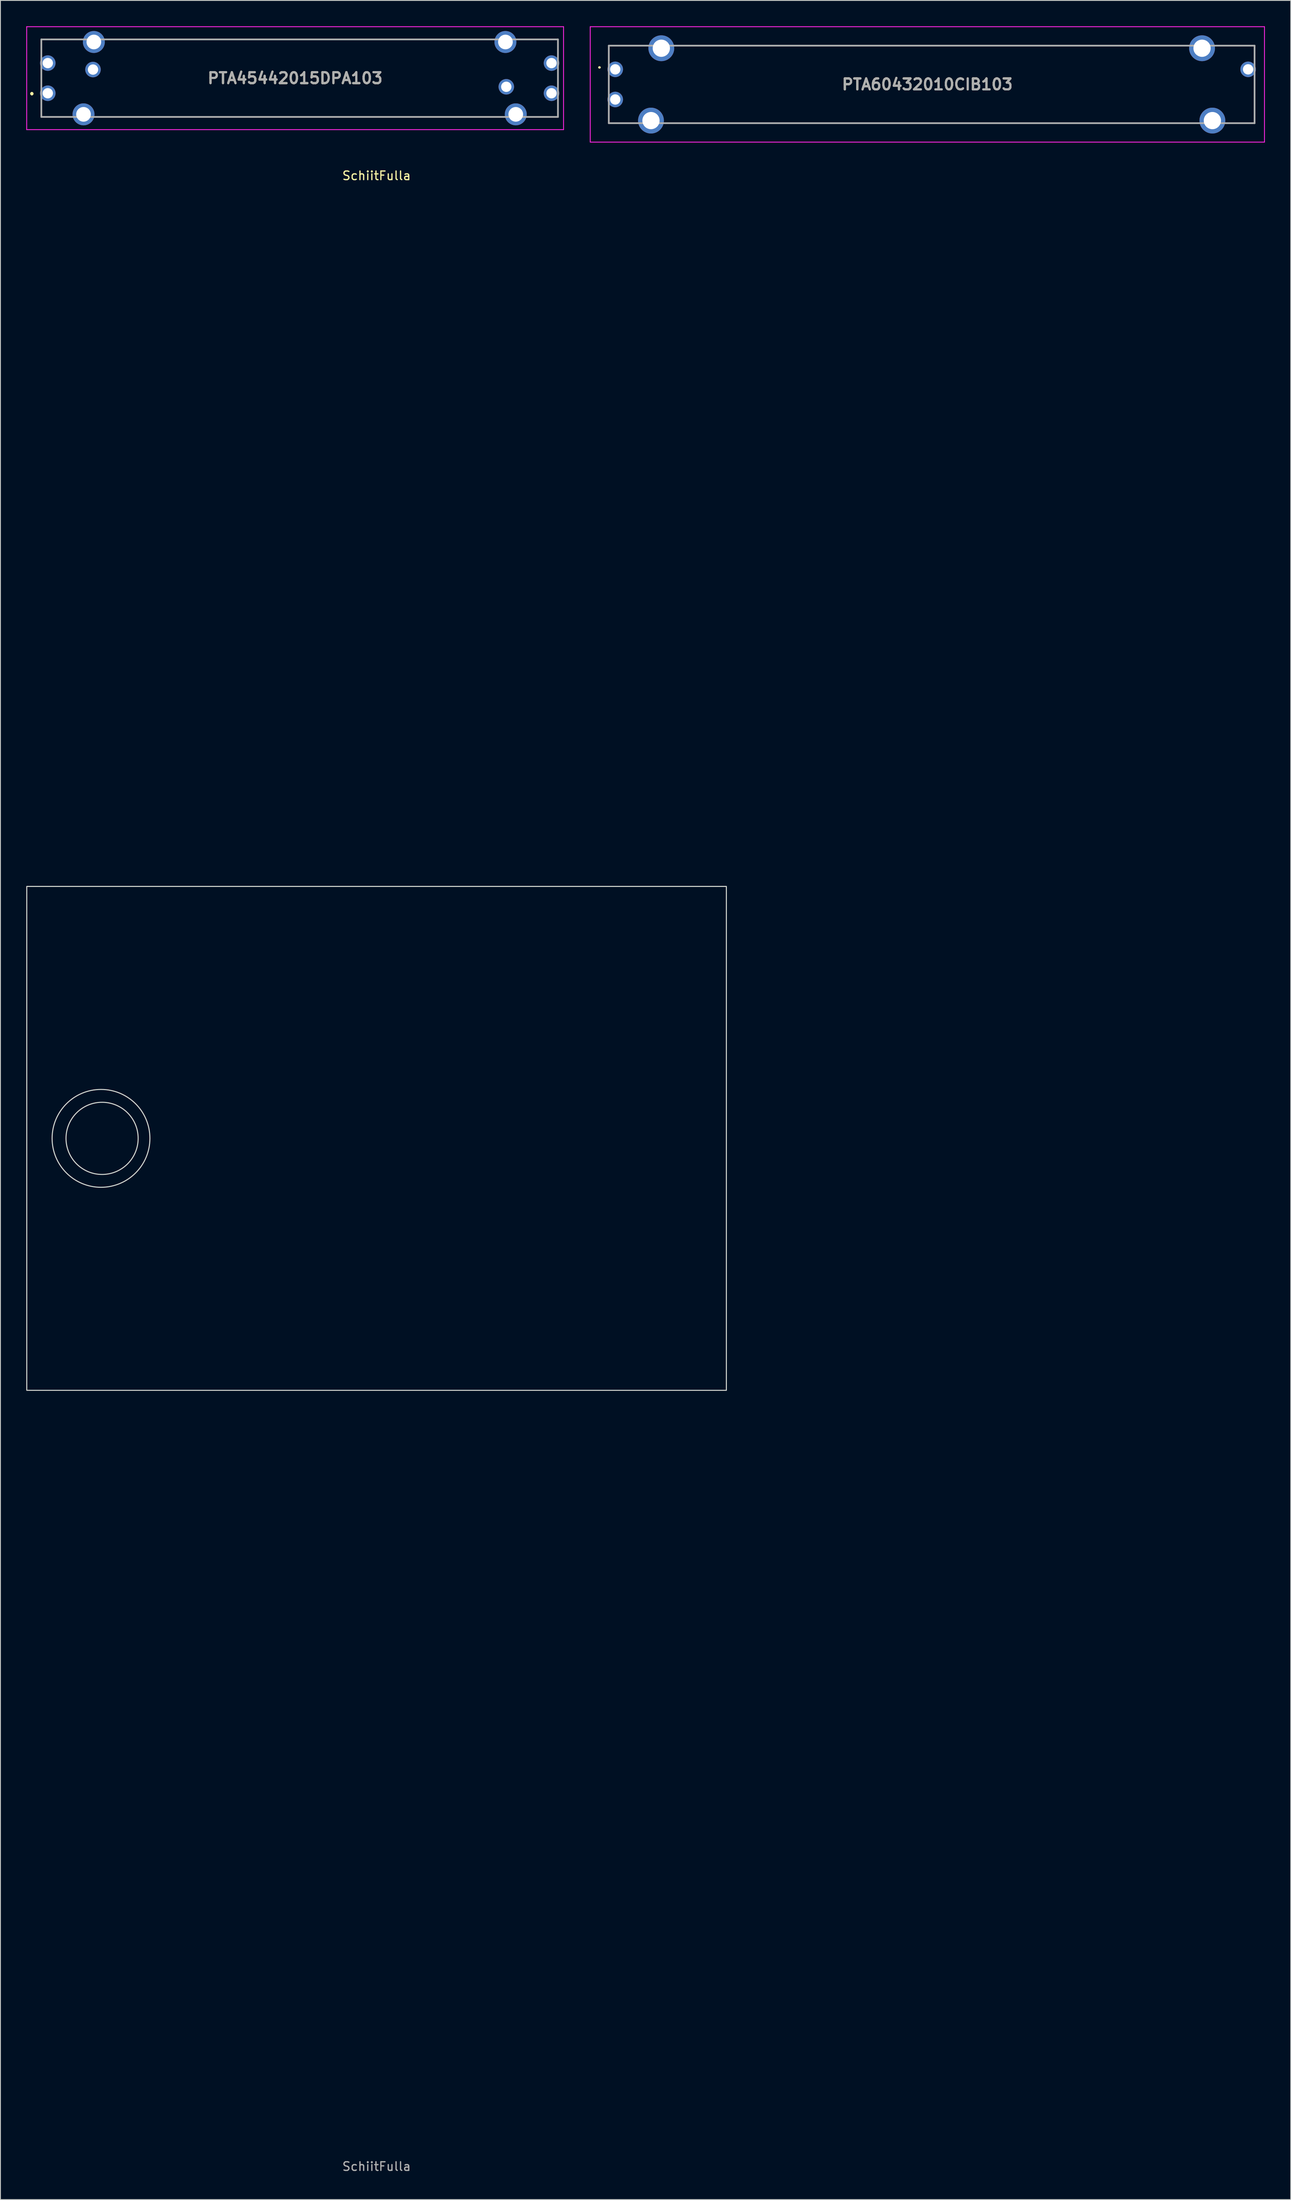
<source format=kicad_pcb>
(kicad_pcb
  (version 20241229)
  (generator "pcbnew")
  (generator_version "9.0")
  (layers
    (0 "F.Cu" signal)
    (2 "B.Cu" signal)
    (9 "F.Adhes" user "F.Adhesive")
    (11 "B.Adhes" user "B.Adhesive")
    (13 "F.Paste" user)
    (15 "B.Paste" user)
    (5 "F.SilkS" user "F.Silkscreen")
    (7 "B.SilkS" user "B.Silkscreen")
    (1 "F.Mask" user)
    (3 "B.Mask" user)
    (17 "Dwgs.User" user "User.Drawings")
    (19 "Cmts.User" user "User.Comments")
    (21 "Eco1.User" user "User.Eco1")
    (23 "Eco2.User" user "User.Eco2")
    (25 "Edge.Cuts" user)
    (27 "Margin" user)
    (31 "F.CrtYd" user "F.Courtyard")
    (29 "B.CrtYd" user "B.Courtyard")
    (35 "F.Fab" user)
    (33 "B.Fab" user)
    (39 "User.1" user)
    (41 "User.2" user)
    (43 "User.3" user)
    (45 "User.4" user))
  (footprint "PTA45442015DPA103"
    (layer "F.Cu")
    (at 2.5 7.775)
    (property "Reference" "PTA45442015DPA103" (at 28.725 -1.75 0) (layer "F.SilkS") (effects (font (size 1.27 1.27) (thickness 0.254))))
    (attr through_hole)
    (fp_line (start -1.85 -0.05) (end -1.85 -0.05) (stroke (width 0.2) (type solid)) (layer "F.SilkS"))
    (fp_line (start -1.85 0.15) (end -1.85 0.15) (stroke (width 0.2) (type solid)) (layer "F.SilkS"))
    (fp_line (start -0.75 -6.25) (end -0.75 -4.75) (stroke (width 0.1) (type solid)) (layer "F.SilkS"))
    (fp_line (start -0.75 -2.25) (end -0.75 -1.25) (stroke (width 0.1) (type solid)) (layer "F.SilkS"))
    (fp_line (start -0.75 1.25) (end -0.75 2.75) (stroke (width 0.1) (type solid)) (layer "F.SilkS"))
    (fp_line (start -0.75 2.75) (end 2.25 2.75) (stroke (width 0.1) (type solid)) (layer "F.SilkS"))
    (fp_line (start 3.25 -6.25) (end -0.75 -6.25) (stroke (width 0.1) (type solid)) (layer "F.SilkS"))
    (fp_line (start 6.25 2.75) (end 52.25 2.75) (stroke (width 0.1) (type solid)) (layer "F.SilkS"))
    (fp_line (start 7.25 -6.25) (end 51.25 -6.25) (stroke (width 0.1) (type solid)) (layer "F.SilkS"))
    (fp_line (start 55.25 -6.25) (end 59.25 -6.25) (stroke (width 0.1) (type solid)) (layer "F.SilkS"))
    (fp_line (start 59.25 -6.25) (end 59.25 -4.75) (stroke (width 0.1) (type solid)) (layer "F.SilkS"))
    (fp_line (start 59.25 -2.25) (end 59.25 -1.25) (stroke (width 0.1) (type solid)) (layer "F.SilkS"))
    (fp_line (start 59.25 1.25) (end 59.25 2.75) (stroke (width 0.1) (type solid)) (layer "F.SilkS"))
    (fp_line (start 59.25 2.75) (end 56.25 2.75) (stroke (width 0.1) (type solid)) (layer "F.SilkS"))
    (fp_arc (start -1.85 -0.05) (mid -1.75 0.05) (end -1.85 0.15) (stroke (width 0.2) (type solid)) (layer "F.SilkS"))
    (fp_arc (start -1.85 0.15) (mid -1.95 0.05) (end -1.85 -0.05) (stroke (width 0.2) (type solid)) (layer "F.SilkS"))
    (fp_line (start -2.45 -7.725) (end 59.9 -7.725) (stroke (width 0.1) (type solid)) (layer "F.CrtYd"))
    (fp_line (start -2.45 4.225) (end -2.45 -7.725) (stroke (width 0.1) (type solid)) (layer "F.CrtYd"))
    (fp_line (start 59.9 -7.725) (end 59.9 4.225) (stroke (width 0.1) (type solid)) (layer "F.CrtYd"))
    (fp_line (start 59.9 4.225) (end -2.45 4.225) (stroke (width 0.1) (type solid)) (layer "F.CrtYd"))
    (fp_line (start -0.75 -6.25) (end 59.25 -6.25) (stroke (width 0.2) (type solid)) (layer "F.Fab"))
    (fp_line (start -0.75 2.75) (end -0.75 -6.25) (stroke (width 0.2) (type solid)) (layer "F.Fab"))
    (fp_line (start 59.25 -6.25) (end 59.25 2.75) (stroke (width 0.2) (type solid)) (layer "F.Fab"))
    (fp_line (start 59.25 2.75) (end -0.75 2.75) (stroke (width 0.2) (type solid)) (layer "F.Fab"))
    (fp_text user "${REFERENCE}" (at 28.725 -1.75 0) (layer "F.Fab") (effects (font (size 1.27 1.27) (thickness 0.254))))
    (pad "A1" thru_hole circle (at 0 0) (size 1.8 1.8) (drill 1.2) (layers "*.Cu" "*.Mask"))
    (pad "A2" thru_hole circle (at 53.25 -0.75) (size 1.8 1.8) (drill 1.2) (layers "*.Cu" "*.Mask"))
    (pad "A3" thru_hole circle (at 58.5 0) (size 1.8 1.8) (drill 1.2) (layers "*.Cu" "*.Mask"))
    (pad "B1" thru_hole circle (at 0 -3.5) (size 1.8 1.8) (drill 1.2) (layers "*.Cu" "*.Mask"))
    (pad "B2" thru_hole circle (at 5.25 -2.75) (size 1.8 1.8) (drill 1.2) (layers "*.Cu" "*.Mask"))
    (pad "B3" thru_hole circle (at 58.5 -3.5) (size 1.8 1.8) (drill 1.2) (layers "*.Cu" "*.Mask"))
    (pad "MH1" thru_hole circle (at 5.35 -5.95) (size 2.55 2.55) (drill 1.7) (layers "*.Cu" "*.Mask"))
    (pad "MH2" thru_hole circle (at 4.15 2.45) (size 2.55 2.55) (drill 1.7) (layers "*.Cu" "*.Mask"))
    (pad "MH3" thru_hole circle (at 53.15 -5.95) (size 2.55 2.55) (drill 1.7) (layers "*.Cu" "*.Mask"))
    (pad "MH4" thru_hole circle (at 54.35 2.45) (size 2.55 2.55) (drill 1.7) (layers "*.Cu" "*.Mask")))
  (footprint "SchiitFulla"
    (layer "F.Cu")
    (at 40.685 129.108)
    (property "Reference" "SchiitFulla" (at 0 -111.76 0) (unlocked yes) (layer "F.SilkS") (effects (font (size 1 1) (thickness 0.15))))
    (attr smd)
    (fp_rect (start -40.625 -29.25) (end 40.625 29.25) (stroke (width 0.12) (type solid)) (fill no) (layer "Edge.Cuts"))
    (fp_circle (center -32.004 0) (end -33.02 -5.588) (stroke (width 0.12) (type solid)) (fill no) (layer "Edge.Cuts"))
    (fp_circle (center -31.879 0) (end -32.895 -4.064) (stroke (width 0.12) (type solid)) (fill no) (layer "Edge.Cuts"))
    (fp_text user "${REFERENCE}" (at 0 119.356 0) (unlocked yes) (layer "F.Fab") (effects (font (size 1 1) (thickness 0.15)))))
  (footprint "PTA60432010CIB103"
    (layer "F.Cu")
    (at 68.405 5)
    (property "Reference" "PTA60432010CIB103" (at 36.248 1.75 0) (layer "F.SilkS") (effects (font (size 1.27 1.27) (thickness 0.254))))
    (attr through_hole)
    (fp_line (start -1.905 -0.223) (end -1.905 -0.223) (stroke (width 0.146) (type solid)) (layer "F.SilkS"))
    (fp_line (start -1.759 -0.223) (end -1.759 -0.223) (stroke (width 0.146) (type solid)) (layer "F.SilkS"))
    (fp_line (start -0.75 -2.75) (end -0.75 -1.057) (stroke (width 0.1) (type solid)) (layer "F.SilkS"))
    (fp_line (start -0.75 -2.75) (end 3.283 -2.75) (stroke (width 0.1) (type solid)) (layer "F.SilkS"))
    (fp_line (start -0.75 6.25) (end -0.75 4.675) (stroke (width 0.1) (type solid)) (layer "F.SilkS"))
    (fp_line (start -0.75 6.25) (end 2.049 6.25) (stroke (width 0.1) (type solid)) (layer "F.SilkS"))
    (fp_line (start 6.25 6.25) (end 67.25 6.25) (stroke (width 0.1) (type solid)) (layer "F.SilkS"))
    (fp_line (start 7.4 -2.75) (end 66.1 -2.75) (stroke (width 0.1) (type solid)) (layer "F.SilkS"))
    (fp_line (start 74.25 -2.75) (end 70.217 -2.75) (stroke (width 0.1) (type solid)) (layer "F.SilkS"))
    (fp_line (start 74.25 -2.75) (end 74.25 -1.057) (stroke (width 0.1) (type solid)) (layer "F.SilkS"))
    (fp_line (start 74.25 6.25) (end 71.451 6.25) (stroke (width 0.1) (type solid)) (layer "F.SilkS"))
    (fp_line (start 74.25 6.25) (end 74.25 1.75) (stroke (width 0.1) (type solid)) (layer "F.SilkS"))
    (fp_arc (start -1.905 -0.223) (mid -1.832 -0.296) (end -1.759 -0.223) (stroke (width 0.146) (type solid)) (layer "F.SilkS"))
    (fp_arc (start -1.759 -0.223) (mid -1.832 -0.15) (end -1.905 -0.223) (stroke (width 0.146) (type solid)) (layer "F.SilkS"))
    (fp_line (start -2.905 -4.95) (end 75.4 -4.95) (stroke (width 0.1) (type solid)) (layer "F.CrtYd"))
    (fp_line (start -2.905 8.45) (end -2.905 -4.95) (stroke (width 0.1) (type solid)) (layer "F.CrtYd"))
    (fp_line (start 75.4 -4.95) (end 75.4 8.45) (stroke (width 0.1) (type solid)) (layer "F.CrtYd"))
    (fp_line (start 75.4 8.45) (end -2.905 8.45) (stroke (width 0.1) (type solid)) (layer "F.CrtYd"))
    (fp_line (start -0.75 -2.75) (end 74.25 -2.75) (stroke (width 0.2) (type solid)) (layer "F.Fab"))
    (fp_line (start -0.75 6.25) (end -0.75 -2.75) (stroke (width 0.2) (type solid)) (layer "F.Fab"))
    (fp_line (start 74.25 -2.75) (end 74.25 6.25) (stroke (width 0.2) (type solid)) (layer "F.Fab"))
    (fp_line (start 74.25 6.25) (end -0.75 6.25) (stroke (width 0.2) (type solid)) (layer "F.Fab"))
    (fp_text user "${REFERENCE}" (at 36.248 1.75 0) (layer "F.Fab") (effects (font (size 1.27 1.27) (thickness 0.254))))
    (pad "1" thru_hole circle (at 0 0) (size 1.8 1.8) (drill 1.2) (layers "*.Cu" "*.Mask"))
    (pad "2" thru_hole circle (at 0 3.5) (size 1.8 1.8) (drill 1.2) (layers "*.Cu" "*.Mask"))
    (pad "3" thru_hole circle (at 73.5 0) (size 1.8 1.8) (drill 1.2) (layers "*.Cu" "*.Mask"))
    (pad "4" thru_hole circle (at 68.15 -2.45) (size 3 3) (drill 2) (layers "*.Cu" "*.Mask"))
    (pad "5" thru_hole circle (at 5.35 -2.45) (size 3 3) (drill 2) (layers "*.Cu" "*.Mask"))
    (pad "6" thru_hole circle (at 4.15 5.95) (size 3 3) (drill 2) (layers "*.Cu" "*.Mask"))
    (pad "7" thru_hole circle (at 69.35 5.95) (size 3 3) (drill 2) (layers "*.Cu" "*.Mask")))
  (gr_rect
    (start -3 -3)
    (end 146.855 252.312)
    (stroke (width 0.1) (type default))
    (fill no)
    (layer "Edge.Cuts")))
</source>
